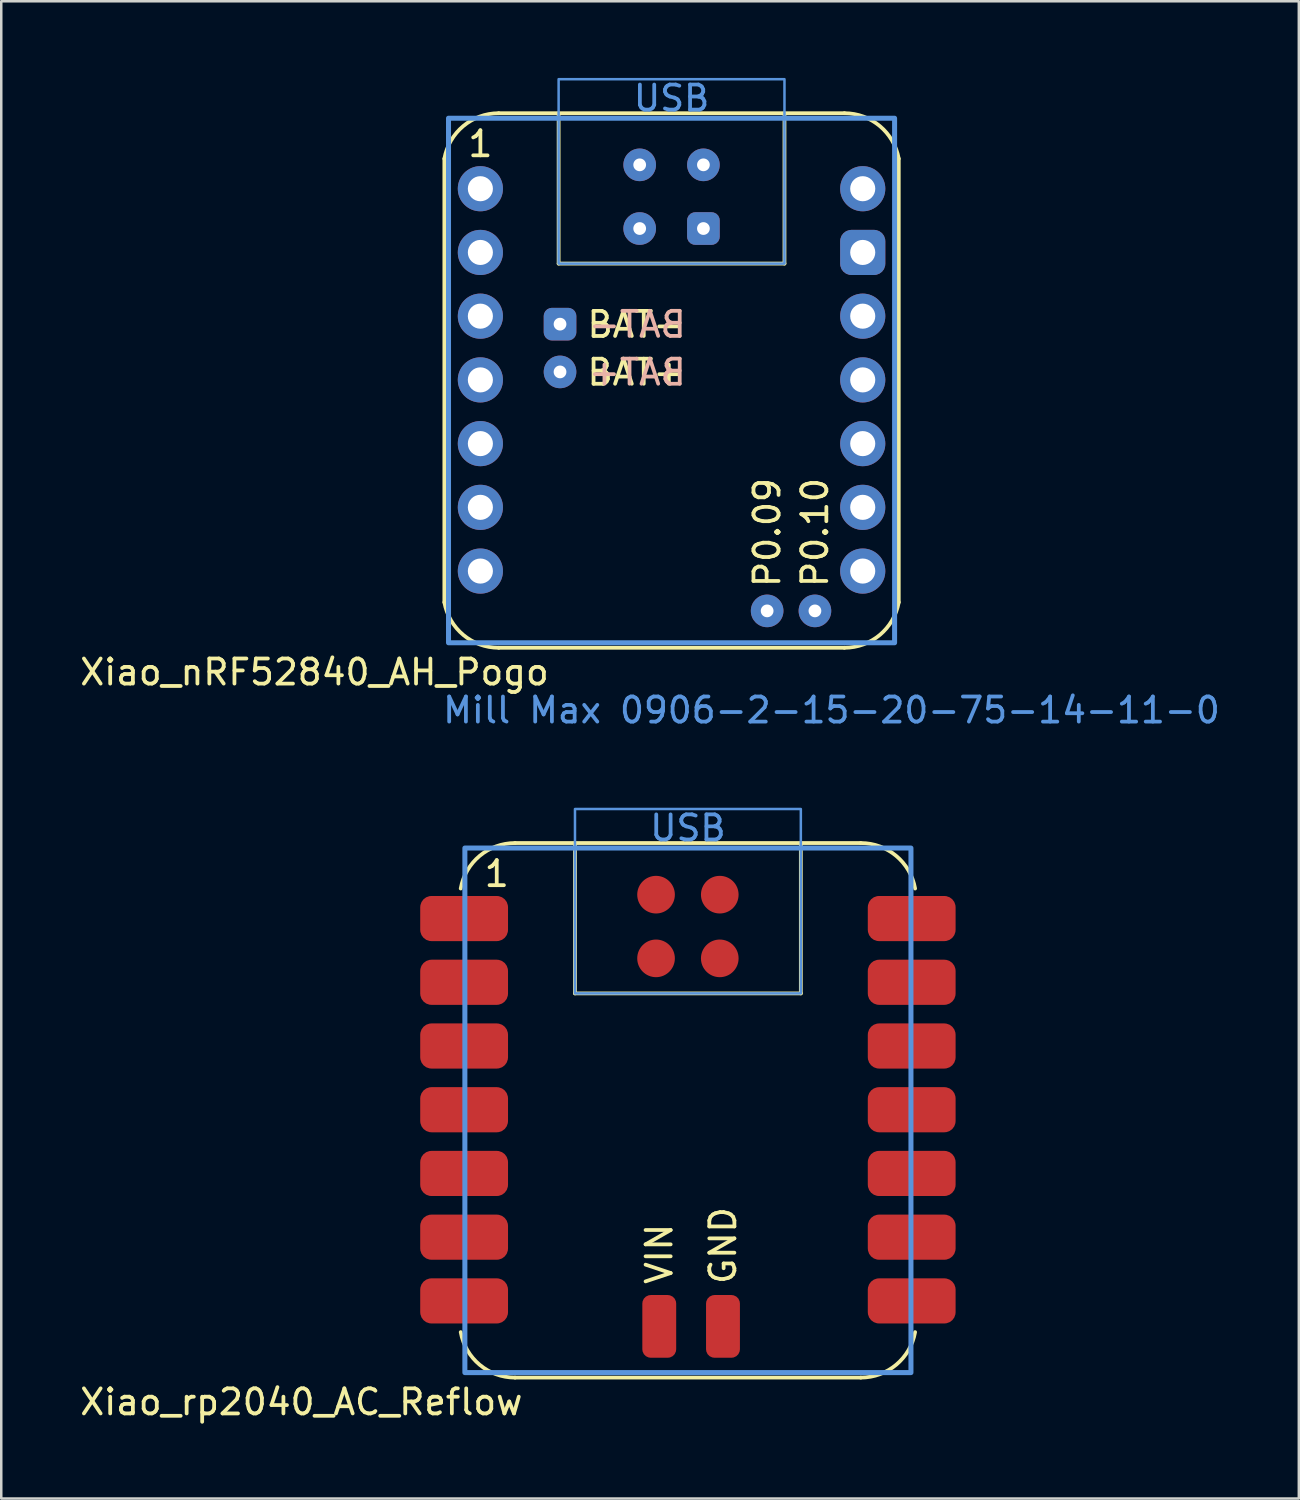
<source format=kicad_pcb>
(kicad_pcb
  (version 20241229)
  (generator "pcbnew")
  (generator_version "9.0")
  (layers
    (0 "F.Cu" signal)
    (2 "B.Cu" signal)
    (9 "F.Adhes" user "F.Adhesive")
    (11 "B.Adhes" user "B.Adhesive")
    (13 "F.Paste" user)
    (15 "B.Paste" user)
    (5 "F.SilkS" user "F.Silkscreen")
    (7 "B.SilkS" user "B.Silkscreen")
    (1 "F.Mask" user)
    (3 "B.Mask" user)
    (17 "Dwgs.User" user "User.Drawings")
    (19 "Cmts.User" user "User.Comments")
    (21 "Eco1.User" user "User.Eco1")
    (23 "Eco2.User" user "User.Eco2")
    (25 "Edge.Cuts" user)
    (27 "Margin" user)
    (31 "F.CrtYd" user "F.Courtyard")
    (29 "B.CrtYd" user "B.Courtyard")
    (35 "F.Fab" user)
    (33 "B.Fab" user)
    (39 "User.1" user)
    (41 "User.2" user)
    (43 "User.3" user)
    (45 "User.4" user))
  (footprint "Xiao_nRF52840_AH_Pogo"
    (layer "F.Cu")
    (at 23.717 18.442)
    (property "Reference" "Xiao_nRF52840_AH_Pogo" (at -4.8 5.3 0) (layer "F.SilkS") (effects (font (size 1 1) (thickness 0.15)) (justify right)))
    (attr through_hole exclude_from_pos_files exclude_from_bom)
    (fp_line (start -9.056 2.514) (end -9.056 -15.167) (stroke (width 0.15) (type default)) (layer "F.SilkS"))
    (fp_line (start -6.89 -16.98) (end 6.89 -16.98) (stroke (width 0.15) (type default)) (layer "F.SilkS"))
    (fp_line (start -4.501 -10.986) (end -4.501 -16.98) (stroke (width 0.15) (type default)) (layer "F.SilkS"))
    (fp_line (start 4.501 -10.986) (end -4.501 -10.986) (stroke (width 0.15) (type default)) (layer "F.SilkS"))
    (fp_line (start 4.501 -10.986) (end 4.501 -16.98) (stroke (width 0.15) (type default)) (layer "F.SilkS"))
    (fp_line (start 6.89 4.327) (end -6.89 4.327) (stroke (width 0.15) (type default)) (layer "F.SilkS"))
    (fp_line (start 9.056 -15.167) (end 9.056 2.514) (stroke (width 0.15) (type default)) (layer "F.SilkS"))
    (fp_arc (start -9.055742 -15.166738) (mid -8.302299 -16.466834) (end -6.890001 -16.98) (stroke (width 0.15) (type default)) (layer "F.SilkS"))
    (fp_arc (start -6.89 4.3275) (mid -8.302299 3.814335) (end -9.055742 2.514239) (stroke (width 0.15) (type default)) (layer "F.SilkS"))
    (fp_arc (start 6.889999 -16.98) (mid 8.302297 -16.466834) (end 9.05574 -15.166738) (stroke (width 0.15) (type default)) (layer "F.SilkS"))
    (fp_arc (start 9.05574 2.514238) (mid 8.302297 3.814334) (end 6.889999 4.3275) (stroke (width 0.15) (type default)) (layer "F.SilkS"))
    (fp_rect (start -8.89 -16.78) (end 8.89 4.128) (stroke (width 0.2) (type solid)) (fill no) (layer "Cmts.User"))
    (fp_rect (start -4.501 -18.336) (end 4.501 -10.986) (stroke (width 0.1) (type default)) (fill no) (layer "Cmts.User"))
    (fp_text user "BAT+" (at -3.445 -6.066 0) (unlocked yes) (layer "F.SilkS") (effects (font (size 1 1) (thickness 0.15)) (justify left bottom)))
    (fp_text user "P0.09" (at 3.81 2 90) (unlocked yes) (layer "F.SilkS") (effects (font (size 1 1) (thickness 0.15)) (justify left)))
    (fp_text user "BAT-" (at -3.445 -7.971 0) (unlocked yes) (layer "F.SilkS") (effects (font (size 1 1) (thickness 0.15)) (justify left bottom)))
    (fp_text user "1" (at -7.62 -15.17 0) (layer "F.SilkS") (effects (font (size 1 1) (thickness 0.15)) (justify bottom)))
    (fp_text user "P0.10" (at 5.715 2 90) (unlocked yes) (layer "F.SilkS") (effects (font (size 1 1) (thickness 0.15)) (justify left)))
    (fp_text user "BAT+" (at 0.662 -6.067 0) (unlocked yes) (layer "B.SilkS") (effects (font (size 1 1) (thickness 0.15)) (justify left bottom mirror)))
    (fp_text user "BAT-" (at 0.662 -7.973 0) (unlocked yes) (layer "B.SilkS") (effects (font (size 1 1) (thickness 0.15)) (justify left bottom mirror)))
    (fp_text user "Mill Max 0906-2-15-20-75-14-11-0" (at -9.2 7.4 0) (unlocked yes) (layer "Cmts.User") (effects (font (size 1 1) (thickness 0.15)) (justify left bottom)))
    (fp_text user "USB" (at -0.000001 -16.992 0) (layer "Cmts.User") (effects (font (size 1 1) (thickness 0.15)) (justify bottom)))
    (pad "1" thru_hole circle (at -7.62 -13.97) (size 1.8 1.8) (drill 1) (layers "*.Cu" "B.Mask"))
    (pad "2" thru_hole circle (at -7.62 -11.43) (size 1.8 1.8) (drill 1) (layers "*.Cu" "B.Mask"))
    (pad "3" thru_hole circle (at -7.62 -8.89) (size 1.8 1.8) (drill 1) (layers "*.Cu" "B.Mask"))
    (pad "4" thru_hole circle (at -7.62 -6.35) (size 1.8 1.8) (drill 1) (layers "*.Cu" "B.Mask"))
    (pad "5" thru_hole circle (at -7.62 -3.81) (size 1.8 1.8) (drill 1) (layers "*.Cu" "B.Mask"))
    (pad "6" thru_hole circle (at -7.62 -1.27) (size 1.8 1.8) (drill 1) (layers "*.Cu" "B.Mask"))
    (pad "7" thru_hole circle (at -7.62 1.27) (size 1.8 1.8) (drill 1) (layers "*.Cu" "B.Mask"))
    (pad "8" thru_hole circle (at 7.62 -13.97 180) (size 1.8 1.8) (drill 1) (layers "*.Cu" "B.Mask"))
    (pad "9" thru_hole roundrect (at 7.62 -11.43 180) (size 1.8 1.8) (drill 1) (layers "*.Cu" "B.Mask") (roundrect_rratio 0.25))
    (pad "10" thru_hole circle (at 7.62 -8.89 180) (size 1.8 1.8) (drill 1) (layers "*.Cu" "B.Mask"))
    (pad "11" thru_hole circle (at 7.62 -6.35 180) (size 1.8 1.8) (drill 1) (layers "*.Cu" "B.Mask"))
    (pad "12" thru_hole circle (at 7.62 -3.81 180) (size 1.8 1.8) (drill 1) (layers "*.Cu" "B.Mask"))
    (pad "13" thru_hole circle (at 7.62 -1.27) (size 1.8 1.8) (drill 1) (layers "*.Cu" "B.Mask"))
    (pad "14" thru_hole circle (at 7.62 1.27) (size 1.8 1.8) (drill 1) (layers "*.Cu" "B.Mask"))
    (pad "15" thru_hole roundrect (at -4.445 -8.572 90) (size 1.3 1.3) (drill 0.508) (layers "*.Cu" "*.Mask") (roundrect_rratio 0.25))
    (pad "16" thru_hole circle (at -4.445 -6.668 90) (size 1.3 1.3) (drill 0.508) (layers "*.Cu" "*.Mask"))
    (pad "17" thru_hole circle (at 3.81 2.857 90) (size 1.3 1.3) (drill 0.508) (layers "*.Cu" "*.Mask"))
    (pad "18" thru_hole circle (at 5.715 2.857 90) (size 1.3 1.3) (drill 0.508) (layers "*.Cu" "*.Mask"))
    (pad "19" thru_hole circle (at -1.27 -14.922 90) (size 1.3 1.3) (drill 0.508) (layers "*.Cu" "*.Mask"))
    (pad "20" thru_hole circle (at 1.27 -14.922 90) (size 1.3 1.3) (drill 0.508) (layers "*.Cu" "*.Mask"))
    (pad "21" thru_hole circle (at -1.27 -12.383 90) (size 1.3 1.3) (drill 0.508) (layers "*.Cu" "*.Mask"))
    (pad "22" thru_hole roundrect (at 1.27 -12.383 90) (size 1.3 1.3) (drill 0.508) (layers "*.Cu" "*.Mask") (roundrect_rratio 0.25)))
  (footprint "Xiao_rp2040_AC_Reflow"
    (layer "F.Cu")
    (at 24.369 47.532)
    (property "Reference" "Xiao_rp2040_AC_Reflow" (at -6.5 5.3 0) (layer "F.SilkS") (effects (font (size 1 1) (thickness 0.15)) (justify right)))
    (attr smd exclude_from_pos_files exclude_from_bom)
    (fp_line (start -6.89 -16.98) (end 6.89 -16.98) (stroke (width 0.15) (type default)) (layer "F.SilkS"))
    (fp_line (start -4.501 -10.986) (end -4.501 -16.98) (stroke (width 0.15) (type default)) (layer "F.SilkS"))
    (fp_line (start 4.501 -10.986) (end -4.501 -10.986) (stroke (width 0.15) (type default)) (layer "F.SilkS"))
    (fp_line (start 4.501 -10.986) (end 4.501 -16.98) (stroke (width 0.15) (type default)) (layer "F.SilkS"))
    (fp_line (start 6.89 4.327) (end -6.89 4.327) (stroke (width 0.15) (type default)) (layer "F.SilkS"))
    (fp_arc (start -9.055742 -15.166738) (mid -8.302299 -16.466834) (end -6.890001 -16.98) (stroke (width 0.15) (type default)) (layer "F.SilkS"))
    (fp_arc (start -6.89 4.3275) (mid -8.302299 3.814335) (end -9.055742 2.514239) (stroke (width 0.15) (type default)) (layer "F.SilkS"))
    (fp_arc (start 6.889999 -16.98) (mid 8.302297 -16.466834) (end 9.05574 -15.166738) (stroke (width 0.15) (type default)) (layer "F.SilkS"))
    (fp_arc (start 9.05574 2.514238) (mid 8.302297 3.814334) (end 6.889999 4.3275) (stroke (width 0.15) (type default)) (layer "F.SilkS"))
    (fp_rect (start -8.89 -16.78) (end 8.89 4.128) (stroke (width 0.2) (type solid)) (fill no) (layer "Cmts.User"))
    (fp_rect (start -4.501 -18.336) (end 4.501 -10.986) (stroke (width 0.1) (type default)) (fill no) (layer "Cmts.User"))
    (fp_text user "GND" (at 1.398 0.686 90) (unlocked yes) (layer "F.SilkS") (effects (font (size 1 1) (thickness 0.15)) (justify left)))
    (fp_text user "1" (at -7.62 -15.17 0) (layer "F.SilkS") (effects (font (size 1 1) (thickness 0.15)) (justify bottom)))
    (fp_text user "VIN" (at -1.142 0.686 90) (unlocked yes) (layer "F.SilkS") (effects (font (size 1 1) (thickness 0.15)) (justify left)))
    (fp_text user "USB" (at -0.000001 -16.992 0) (layer "Cmts.User") (effects (font (size 1 1) (thickness 0.15)) (justify bottom)))
    (pad "1" smd roundrect (at -8.92 -13.97) (size 3.5 1.8) (layers "F.Cu" "F.Mask" "F.Paste") (roundrect_rratio 0.25))
    (pad "2" smd roundrect (at -8.92 -11.43) (size 3.5 1.8) (layers "F.Cu" "F.Mask" "F.Paste") (roundrect_rratio 0.25))
    (pad "3" smd roundrect (at -8.92 -8.89) (size 3.5 1.8) (layers "F.Cu" "F.Mask" "F.Paste") (roundrect_rratio 0.25))
    (pad "4" smd roundrect (at -8.92 -6.35) (size 3.5 1.8) (layers "F.Cu" "F.Mask" "F.Paste") (roundrect_rratio 0.25))
    (pad "5" smd roundrect (at -8.92 -3.81) (size 3.5 1.8) (layers "F.Cu" "F.Mask" "F.Paste") (roundrect_rratio 0.25))
    (pad "6" smd roundrect (at -8.92 -1.27) (size 3.5 1.8) (layers "F.Cu" "F.Mask" "F.Paste") (roundrect_rratio 0.25))
    (pad "7" smd roundrect (at -8.92 1.27) (size 3.5 1.8) (layers "F.Cu" "F.Mask" "F.Paste") (roundrect_rratio 0.25))
    (pad "8" smd roundrect (at 8.92 -13.97 180) (size 3.5 1.8) (layers "F.Cu" "F.Mask" "F.Paste") (roundrect_rratio 0.25))
    (pad "9" smd roundrect (at 8.92 -11.43 180) (size 3.5 1.8) (layers "F.Cu" "F.Mask" "F.Paste") (roundrect_rratio 0.25))
    (pad "10" smd roundrect (at 8.92 -8.89 180) (size 3.5 1.8) (layers "F.Cu" "F.Mask" "F.Paste") (roundrect_rratio 0.25))
    (pad "11" smd roundrect (at 8.92 -6.35 180) (size 3.5 1.8) (layers "F.Cu" "F.Mask" "F.Paste") (roundrect_rratio 0.25))
    (pad "12" smd roundrect (at 8.92 -3.81 180) (size 3.5 1.8) (layers "F.Cu" "F.Mask" "F.Paste") (roundrect_rratio 0.25))
    (pad "13" smd roundrect (at 8.92 -1.27) (size 3.5 1.8) (layers "F.Cu" "F.Mask" "F.Paste") (roundrect_rratio 0.25))
    (pad "14" smd roundrect (at 8.92 1.27) (size 3.5 1.8) (layers "F.Cu" "F.Mask" "F.Paste") (roundrect_rratio 0.25))
    (pad "17" smd roundrect (at -1.142 2.286 90) (size 2.5 1.35) (layers "F.Cu" "F.Mask" "F.Paste") (roundrect_rratio 0.25))
    (pad "18" smd roundrect (at 1.398 2.286 90) (size 2.5 1.35) (layers "F.Cu" "F.Mask" "F.Paste") (roundrect_rratio 0.25))
    (pad "19" smd circle (at -1.27 -14.922) (size 1.5 1.5) (layers "F.Cu" "F.Mask" "F.Paste"))
    (pad "20" smd circle (at 1.27 -14.922 180) (size 1.5 1.5) (layers "F.Cu" "F.Mask" "F.Paste"))
    (pad "21" smd circle (at -1.27 -12.383 180) (size 1.5 1.5) (layers "F.Cu" "F.Mask" "F.Paste"))
    (pad "22" smd circle (at 1.27 -12.383 180) (size 1.5 1.5) (layers "F.Cu" "F.Mask" "F.Paste")))
  (gr_rect
    (start -3 -3)
    (end 48.719 56.68)
    (stroke (width 0.1) (type default))
    (fill no)
    (layer "Edge.Cuts")))
</source>
